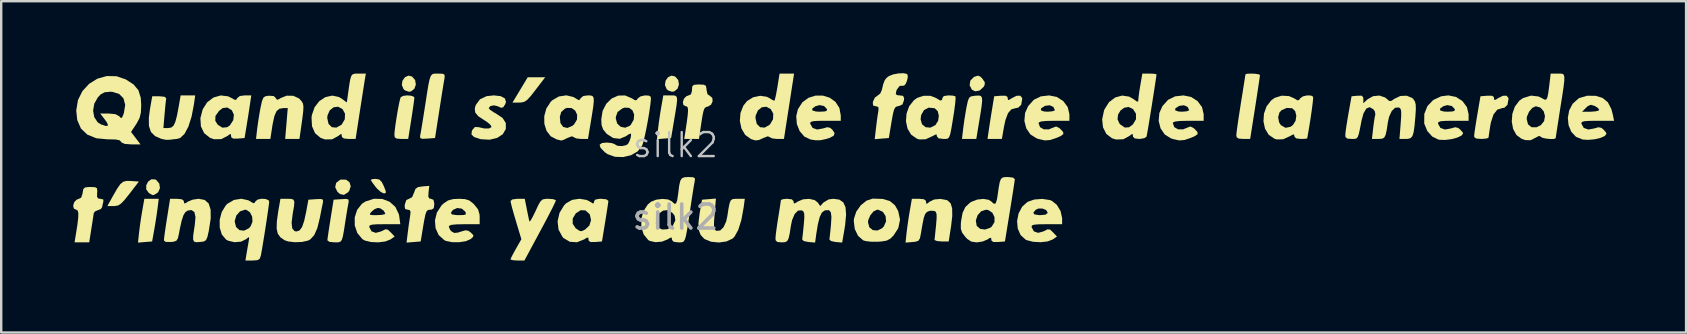
<source format=kicad_pcb>
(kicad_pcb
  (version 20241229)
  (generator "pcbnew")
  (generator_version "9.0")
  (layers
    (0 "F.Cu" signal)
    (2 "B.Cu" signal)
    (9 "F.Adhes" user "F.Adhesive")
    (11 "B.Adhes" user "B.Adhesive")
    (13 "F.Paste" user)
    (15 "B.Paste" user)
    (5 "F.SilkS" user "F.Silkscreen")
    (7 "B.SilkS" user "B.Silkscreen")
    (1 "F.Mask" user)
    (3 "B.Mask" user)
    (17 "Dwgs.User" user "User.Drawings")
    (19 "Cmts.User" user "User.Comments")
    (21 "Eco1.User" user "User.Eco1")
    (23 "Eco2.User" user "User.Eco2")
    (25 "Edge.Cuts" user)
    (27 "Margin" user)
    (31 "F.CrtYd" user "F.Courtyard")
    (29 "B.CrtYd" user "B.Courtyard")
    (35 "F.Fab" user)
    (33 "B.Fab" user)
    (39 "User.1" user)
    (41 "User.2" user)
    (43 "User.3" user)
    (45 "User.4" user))
  (footprint "silk2"
    (layer "F.Cu")
    (at 25.089 3.495)
    (property "Reference" "silk2" (at 0 -0.5 0) (unlocked yes) (layer "Dwgs.User") (effects (font (size 1 1) (thickness 0.1))))
    (fp_poly (pts (xy -5.827 -2.801) (xy -6.027 -2.545) (xy -6.171 -2.388) (xy -6.289 -2.307) (xy -6.414 -2.276) (xy -6.509 -2.272) (xy -6.79 -2.269) (xy -6.472 -2.798) (xy -6.153 -3.327) (xy -5.789 -3.327) (xy -5.425 -3.327)) (stroke (width 0) (type solid)) (fill yes) (layer "F.SilkS"))
    (fp_poly (pts (xy -13.721 0.94) (xy -13.578 1.048) (xy -13.527 1.217) (xy -13.59 1.406) (xy -13.642 1.467) (xy -13.812 1.575) (xy -13.977 1.537) (xy -14.085 1.441) (xy -14.175 1.252) (xy -14.133 1.072) (xy -13.975 0.949) (xy -13.933 0.935)) (stroke (width 0) (type solid)) (fill yes) (layer "F.SilkS"))
    (fp_poly (pts (xy -10.972 -3.357) (xy -10.844 -3.209) (xy -10.815 -3.023) (xy -10.874 -2.849) (xy -11.011 -2.739) (xy -11.104 -2.723) (xy -11.264 -2.777) (xy -11.327 -2.832) (xy -11.399 -3.005) (xy -11.372 -3.183) (xy -11.271 -3.326) (xy -11.124 -3.395)) (stroke (width 0) (type solid)) (fill yes) (layer "F.SilkS"))
    (fp_poly (pts (xy -0.01 -3.357) (xy 0.117 -3.209) (xy 0.146 -3.023) (xy 0.087 -2.849) (xy -0.049 -2.739) (xy -0.143 -2.723) (xy -0.303 -2.777) (xy -0.366 -2.832) (xy -0.438 -3.005) (xy -0.41 -3.183) (xy -0.31 -3.326) (xy -0.163 -3.395)) (stroke (width 0) (type solid)) (fill yes) (layer "F.SilkS"))
    (fp_poly (pts (xy 12.717 -3.344) (xy 12.795 -3.257) (xy 12.889 -3.115) (xy 12.882 -3.002) (xy 12.834 -2.92) (xy 12.674 -2.774) (xy 12.49 -2.74) (xy 12.349 -2.81) (xy 12.256 -2.993) (xy 12.287 -3.187) (xy 12.432 -3.335) (xy 12.453 -3.345) (xy 12.607 -3.394)) (stroke (width 0) (type solid)) (fill yes) (layer "F.SilkS"))
    (fp_poly (pts (xy -21.676 0.929) (xy -21.631 0.952) (xy -21.504 1.102) (xy -21.475 1.293) (xy -21.549 1.46) (xy -21.581 1.488) (xy -21.708 1.567) (xy -21.763 1.586) (xy -21.855 1.547) (xy -21.945 1.488) (xy -22.047 1.343) (xy -22.047 1.174) (xy -21.969 1.021) (xy -21.837 0.925)) (stroke (width 0) (type solid)) (fill yes) (layer "F.SilkS"))
    (fp_poly (pts (xy -21.575 2.134) (xy -21.617 2.435) (xy -21.673 2.79) (xy -21.713 3.023) (xy -21.801 3.514) (xy -22.095 3.538) (xy -22.39 3.562) (xy -22.347 3.16) (xy -22.31 2.861) (xy -22.258 2.504) (xy -22.215 2.248) (xy -22.125 1.737) (xy -21.825 1.737) (xy -21.525 1.737)) (stroke (width 0) (type solid)) (fill yes) (layer "F.SilkS"))
    (fp_poly (pts (xy -22.677 0.995) (xy -22.674 0.996) (xy -22.353 1.019) (xy -22.747 1.53) (xy -22.948 1.782) (xy -23.094 1.934) (xy -23.214 2.012) (xy -23.342 2.038) (xy -23.404 2.04) (xy -23.667 2.04) (xy -23.425 1.605) (xy -23.255 1.309) (xy -23.124 1.124) (xy -23.004 1.026) (xy -22.864 0.991)) (stroke (width 0) (type solid)) (fill yes) (layer "F.SilkS"))
    (fp_poly (pts (xy -12.336 0.934) (xy -12.231 1.041) (xy -12.149 1.209) (xy -12.075 1.397) (xy -12.063 1.484) (xy -12.113 1.51) (xy -12.149 1.511) (xy -12.271 1.455) (xy -12.427 1.316) (xy -12.484 1.25) (xy -12.61 1.083) (xy -12.684 0.969) (xy -12.691 0.948) (xy -12.626 0.918) (xy -12.484 0.907)) (stroke (width 0) (type solid)) (fill yes) (layer "F.SilkS"))
    (fp_poly (pts (xy -0.079 -2.571) (xy 0.009 -2.553) (xy 0.057 -2.496) (xy 0.069 -2.375) (xy 0.048 -2.167) (xy -0.003 -1.849) (xy -0.053 -1.551) (xy -0.18 -0.795) (xy -0.475 -0.771) (xy -0.77 -0.747) (xy -0.727 -1.149) (xy -0.69 -1.448) (xy -0.637 -1.805) (xy -0.595 -2.061) (xy -0.505 -2.571) (xy -0.21 -2.571)) (stroke (width 0) (type solid)) (fill yes) (layer "F.SilkS"))
    (fp_poly (pts (xy 12.72 -2.548) (xy 12.767 -2.484) (xy 12.779 -2.351) (xy 12.757 -2.126) (xy 12.705 -1.789) (xy 12.659 -1.51) (xy 12.534 -0.757) (xy 12.236 -0.757) (xy 11.938 -0.757) (xy 11.989 -1.195) (xy 12.035 -1.534) (xy 12.096 -1.907) (xy 12.128 -2.083) (xy 12.181 -2.332) (xy 12.234 -2.469) (xy 12.316 -2.53) (xy 12.455 -2.553) (xy 12.501 -2.557) (xy 12.632 -2.565)) (stroke (width 0) (type solid)) (fill yes) (layer "F.SilkS"))
    (fp_poly (pts (xy -11.008 -2.557) (xy -10.893 -2.511) (xy -10.876 -2.477) (xy -10.887 -2.367) (xy -10.918 -2.143) (xy -10.963 -1.84) (xy -11.004 -1.57) (xy -11.133 -0.757) (xy -11.421 -0.757) (xy -11.611 -0.77) (xy -11.693 -0.824) (xy -11.708 -0.927) (xy -11.696 -1.096) (xy -11.663 -1.352) (xy -11.617 -1.654) (xy -11.565 -1.962) (xy -11.513 -2.232) (xy -11.469 -2.425) (xy -11.446 -2.493) (xy -11.345 -2.55) (xy -11.179 -2.571)) (stroke (width 0) (type solid)) (fill yes) (layer "F.SilkS"))
    (fp_poly (pts (xy -13.622 1.769) (xy -13.612 1.856) (xy -13.628 1.941) (xy -13.661 2.124) (xy -13.707 2.397) (xy -13.752 2.682) (xy -13.809 3.053) (xy -13.854 3.301) (xy -13.899 3.449) (xy -13.958 3.524) (xy -14.044 3.55) (xy -14.169 3.552) (xy -14.205 3.552) (xy -14.418 3.53) (xy -14.5 3.467) (xy -14.5 3.457) (xy -14.486 3.347) (xy -14.454 3.123) (xy -14.407 2.821) (xy -14.368 2.569) (xy -14.241 1.775) (xy -13.913 1.752) (xy -13.71 1.742)) (stroke (width 0) (type solid)) (fill yes) (layer "F.SilkS"))
    (fp_poly (pts (xy 24.146 -3.472) (xy 24.296 -3.451) (xy 24.352 -3.422) (xy 24.342 -3.332) (xy 24.311 -3.118) (xy 24.264 -2.806) (xy 24.205 -2.42) (xy 24.149 -2.061) (xy 23.944 -0.757) (xy 23.656 -0.757) (xy 23.464 -0.771) (xy 23.382 -0.827) (xy 23.367 -0.912) (xy 23.379 -1.038) (xy 23.411 -1.284) (xy 23.46 -1.619) (xy 23.521 -2.013) (xy 23.556 -2.239) (xy 23.621 -2.641) (xy 23.676 -2.988) (xy 23.718 -3.254) (xy 23.741 -3.412) (xy 23.745 -3.444) (xy 23.81 -3.471) (xy 23.964 -3.479)) (stroke (width 0) (type solid)) (fill yes) (layer "F.SilkS"))
    (fp_poly (pts (xy 13.833 -2.508) (xy 13.842 -2.458) (xy 13.856 -2.379) (xy 13.922 -2.395) (xy 14.01 -2.454) (xy 14.214 -2.555) (xy 14.369 -2.557) (xy 14.444 -2.461) (xy 14.447 -2.426) (xy 14.405 -2.179) (xy 14.277 -2.057) (xy 14.186 -2.042) (xy 13.999 -1.992) (xy 13.856 -1.831) (xy 13.748 -1.544) (xy 13.689 -1.267) (xy 13.6 -0.757) (xy 13.301 -0.757) (xy 13.002 -0.757) (xy 13.054 -1.116) (xy 13.094 -1.385) (xy 13.147 -1.723) (xy 13.193 -2.004) (xy 13.279 -2.534) (xy 13.561 -2.557) (xy 13.753 -2.558)) (stroke (width 0) (type solid)) (fill yes) (layer "F.SilkS"))
    (fp_poly (pts (xy -9.886 -3.479) (xy -9.694 -3.472) (xy -9.617 -3.429) (xy -9.616 -3.313) (xy -9.63 -3.233) (xy -9.658 -3.07) (xy -9.703 -2.793) (xy -9.76 -2.435) (xy -9.823 -2.032) (xy -9.845 -1.891) (xy -10.015 -0.795) (xy -10.34 -0.771) (xy -10.541 -0.762) (xy -10.628 -0.789) (xy -10.637 -0.878) (xy -10.621 -0.96) (xy -10.594 -1.113) (xy -10.55 -1.38) (xy -10.494 -1.726) (xy -10.433 -2.116) (xy -10.421 -2.193) (xy -10.349 -2.659) (xy -10.294 -2.997) (xy -10.246 -3.226) (xy -10.198 -3.369) (xy -10.141 -3.445) (xy -10.066 -3.475) (xy -9.964 -3.479)) (stroke (width 0) (type solid)) (fill yes) (layer "F.SilkS"))
    (fp_poly (pts (xy 34.093 -2.509) (xy 34.102 -2.458) (xy 34.115 -2.379) (xy 34.182 -2.395) (xy 34.27 -2.454) (xy 34.473 -2.555) (xy 34.628 -2.557) (xy 34.704 -2.461) (xy 34.707 -2.426) (xy 34.664 -2.179) (xy 34.537 -2.057) (xy 34.446 -2.042) (xy 34.238 -1.976) (xy 34.081 -1.775) (xy 33.971 -1.436) (xy 33.949 -1.316) (xy 33.91 -1.069) (xy 33.883 -0.884) (xy 33.876 -0.814) (xy 33.808 -0.778) (xy 33.64 -0.759) (xy 33.573 -0.757) (xy 33.373 -0.771) (xy 33.286 -0.824) (xy 33.275 -0.889) (xy 33.289 -1.018) (xy 33.324 -1.256) (xy 33.373 -1.564) (xy 33.409 -1.778) (xy 33.538 -2.534) (xy 33.82 -2.557) (xy 34.012 -2.558)) (stroke (width 0) (type solid)) (fill yes) (layer "F.SilkS"))
    (fp_poly (pts (xy -20.057 -2.212) (xy -20.157 -1.688) (xy -20.291 -1.269) (xy -20.453 -0.966) (xy -20.637 -0.793) (xy -20.776 -0.756) (xy -20.95 -0.74) (xy -21.045 -0.723) (xy -21.228 -0.721) (xy -21.412 -0.758) (xy -21.68 -0.876) (xy -21.852 -1.049) (xy -21.935 -1.299) (xy -21.938 -1.646) (xy -21.89 -2.004) (xy -21.797 -2.534) (xy -21.497 -2.534) (xy -21.287 -2.514) (xy -21.215 -2.454) (xy -21.216 -2.435) (xy -21.232 -2.315) (xy -21.255 -2.091) (xy -21.281 -1.808) (xy -21.284 -1.774) (xy -21.332 -1.211) (xy -21.13 -1.211) (xy -21.004 -1.231) (xy -20.91 -1.309) (xy -20.834 -1.468) (xy -20.765 -1.731) (xy -20.699 -2.078) (xy -20.613 -2.571) (xy -20.31 -2.571) (xy -20.007 -2.571)) (stroke (width 0) (type solid)) (fill yes) (layer "F.SilkS"))
    (fp_poly (pts (xy 1.632 2.374) (xy 1.609 2.691) (xy 1.606 2.889) (xy 1.628 3) (xy 1.677 3.055) (xy 1.712 3.072) (xy 1.864 3.059) (xy 2.004 2.92) (xy 2.114 2.681) (xy 2.16 2.474) (xy 2.212 2.138) (xy 2.255 1.924) (xy 2.305 1.804) (xy 2.379 1.751) (xy 2.492 1.738) (xy 2.589 1.737) (xy 2.89 1.737) (xy 2.842 2.097) (xy 2.747 2.619) (xy 2.619 3.028) (xy 2.464 3.309) (xy 2.379 3.396) (xy 2.126 3.514) (xy 1.806 3.558) (xy 1.483 3.525) (xy 1.22 3.417) (xy 1.196 3.4) (xy 1.049 3.241) (xy 0.971 3.033) (xy 0.959 2.747) (xy 1.007 2.354) (xy 1.015 2.304) (xy 1.107 1.775) (xy 1.397 1.751) (xy 1.686 1.727)) (stroke (width 0) (type solid)) (fill yes) (layer "F.SilkS"))
    (fp_poly (pts (xy -10.286 1.468) (xy -10.294 1.651) (xy -10.248 1.727) (xy -10.182 1.737) (xy -10.08 1.781) (xy -10.046 1.934) (xy -10.046 1.964) (xy -10.067 2.127) (xy -10.154 2.187) (xy -10.22 2.191) (xy -10.306 2.203) (xy -10.366 2.258) (xy -10.414 2.384) (xy -10.462 2.611) (xy -10.504 2.853) (xy -10.613 3.514) (xy -10.907 3.538) (xy -11.202 3.562) (xy -11.153 3.16) (xy -11.114 2.864) (xy -11.073 2.578) (xy -11.056 2.475) (xy -11.035 2.289) (xy -11.066 2.208) (xy -11.157 2.191) (xy -11.258 2.164) (xy -11.281 2.055) (xy -11.271 1.964) (xy -11.21 1.788) (xy -11.098 1.737) (xy -10.97 1.67) (xy -10.894 1.492) (xy -10.832 1.327) (xy -10.725 1.25) (xy -10.543 1.222) (xy -10.255 1.198)) (stroke (width 0) (type solid)) (fill yes) (layer "F.SilkS"))
    (fp_poly (pts (xy -15.92 -2.554) (xy -15.686 -2.446) (xy -15.643 -2.406) (xy -15.564 -2.315) (xy -15.516 -2.224) (xy -15.498 -2.103) (xy -15.506 -1.917) (xy -15.54 -1.636) (xy -15.575 -1.381) (xy -15.663 -0.757) (xy -15.96 -0.757) (xy -16.258 -0.757) (xy -16.204 -1.4) (xy -16.151 -2.042) (xy -16.34 -2.042) (xy -16.503 -2.013) (xy -16.621 -1.91) (xy -16.708 -1.709) (xy -16.778 -1.387) (xy -16.794 -1.29) (xy -16.876 -0.757) (xy -17.175 -0.757) (xy -17.473 -0.757) (xy -17.423 -1.192) (xy -17.376 -1.528) (xy -17.315 -1.899) (xy -17.281 -2.08) (xy -17.225 -2.331) (xy -17.17 -2.469) (xy -17.09 -2.532) (xy -16.958 -2.556) (xy -16.943 -2.557) (xy -16.737 -2.544) (xy -16.652 -2.464) (xy -16.603 -2.388) (xy -16.518 -2.412) (xy -16.447 -2.459) (xy -16.194 -2.559)) (stroke (width 0) (type solid)) (fill yes) (layer "F.SilkS"))
    (fp_poly (pts (xy -6.191 2.172) (xy -6.141 2.42) (xy -6.101 2.609) (xy -6.083 2.682) (xy -6.044 2.657) (xy -5.962 2.52) (xy -5.852 2.3) (xy -5.828 2.248) (xy -5.706 1.987) (xy -5.615 1.835) (xy -5.525 1.762) (xy -5.405 1.739) (xy -5.288 1.737) (xy -5.097 1.752) (xy -4.989 1.79) (xy -4.981 1.806) (xy -5.015 1.892) (xy -5.11 2.088) (xy -5.255 2.372) (xy -5.438 2.721) (xy -5.636 3.091) (xy -6.291 4.308) (xy -6.581 4.308) (xy -6.766 4.297) (xy -6.865 4.269) (xy -6.871 4.26) (xy -6.836 4.174) (xy -6.746 3.999) (xy -6.644 3.817) (xy -6.418 3.422) (xy -6.643 2.674) (xy -6.738 2.352) (xy -6.813 2.08) (xy -6.859 1.893) (xy -6.87 1.832) (xy -6.8 1.765) (xy -6.603 1.738) (xy -6.574 1.737) (xy -6.277 1.737)) (stroke (width 0) (type solid)) (fill yes) (layer "F.SilkS"))
    (fp_poly (pts (xy 1.185 -3.016) (xy 1.272 -2.967) (xy 1.293 -2.849) (xy 1.294 -2.807) (xy 1.336 -2.621) (xy 1.436 -2.552) (xy 1.537 -2.466) (xy 1.549 -2.324) (xy 1.485 -2.185) (xy 1.355 -2.105) (xy 1.344 -2.103) (xy 1.273 -2.086) (xy 1.219 -2.042) (xy 1.176 -1.946) (xy 1.136 -1.773) (xy 1.09 -1.5) (xy 1.034 -1.116) (xy 0.982 -0.757) (xy 0.675 -0.757) (xy 0.367 -0.757) (xy 0.411 -1.041) (xy 0.475 -1.464) (xy 0.513 -1.761) (xy 0.526 -1.952) (xy 0.514 -2.061) (xy 0.477 -2.109) (xy 0.429 -2.118) (xy 0.331 -2.171) (xy 0.31 -2.293) (xy 0.355 -2.433) (xy 0.456 -2.537) (xy 0.519 -2.558) (xy 0.645 -2.613) (xy 0.688 -2.757) (xy 0.689 -2.803) (xy 0.701 -2.946) (xy 0.767 -3.009) (xy 0.931 -3.025) (xy 0.991 -3.025)) (stroke (width 0) (type solid)) (fill yes) (layer "F.SilkS"))
    (fp_poly (pts (xy -16.001 1.742) (xy -15.91 1.776) (xy -15.876 1.869) (xy -15.89 2.05) (xy -15.943 2.349) (xy -15.946 2.369) (xy -15.991 2.733) (xy -15.965 2.969) (xy -15.866 3.084) (xy -15.788 3.098) (xy -15.661 3.056) (xy -15.557 2.918) (xy -15.468 2.665) (xy -15.384 2.28) (xy -15.384 2.28) (xy -15.291 1.775) (xy -14.972 1.752) (xy -14.773 1.744) (xy -14.688 1.772) (xy -14.68 1.857) (xy -14.689 1.903) (xy -14.724 2.072) (xy -14.774 2.325) (xy -14.814 2.531) (xy -14.919 2.959) (xy -15.05 3.253) (xy -15.214 3.43) (xy -15.308 3.479) (xy -15.557 3.534) (xy -15.855 3.546) (xy -16.13 3.515) (xy -16.282 3.464) (xy -16.458 3.342) (xy -16.567 3.189) (xy -16.614 2.977) (xy -16.606 2.679) (xy -16.548 2.266) (xy -16.539 2.216) (xy -16.456 1.737) (xy -16.161 1.737)) (stroke (width 0) (type solid)) (fill yes) (layer "F.SilkS"))
    (fp_poly (pts (xy 8.637 1.743) (xy 8.934 1.831) (xy 9.144 2.005) (xy 9.281 2.247) (xy 9.357 2.608) (xy 9.284 2.961) (xy 9.087 3.266) (xy 8.944 3.405) (xy 8.793 3.481) (xy 8.576 3.516) (xy 8.43 3.526) (xy 8.157 3.526) (xy 7.926 3.499) (xy 7.821 3.467) (xy 7.608 3.28) (xy 7.471 2.996) (xy 7.437 2.716) (xy 8.022 2.716) (xy 8.079 2.924) (xy 8.224 3.042) (xy 8.414 3.059) (xy 8.608 2.965) (xy 8.683 2.887) (xy 8.775 2.675) (xy 8.756 2.458) (xy 8.643 2.283) (xy 8.455 2.195) (xy 8.405 2.191) (xy 8.26 2.256) (xy 8.124 2.415) (xy 8.036 2.614) (xy 8.022 2.716) (xy 7.437 2.716) (xy 7.43 2.662) (xy 7.439 2.561) (xy 7.535 2.269) (xy 7.722 2.007) (xy 7.961 1.814) (xy 8.216 1.73) (xy 8.228 1.729)) (stroke (width 0) (type solid)) (fill yes) (layer "F.SilkS"))
    (fp_poly (pts (xy -24.178 1.253) (xy -24.097 1.299) (xy -24.086 1.418) (xy -24.093 1.492) (xy -24.095 1.662) (xy -24.037 1.729) (xy -23.953 1.737) (xy -23.834 1.767) (xy -23.834 1.857) (xy -23.875 2.024) (xy -23.88 2.079) (xy -23.944 2.168) (xy -24.049 2.205) (xy -24.188 2.268) (xy -24.234 2.342) (xy -24.253 2.47) (xy -24.288 2.699) (xy -24.332 2.982) (xy -24.336 3.004) (xy -24.422 3.552) (xy -24.728 3.552) (xy -25.033 3.552) (xy -24.986 3.268) (xy -24.917 2.835) (xy -24.88 2.53) (xy -24.875 2.334) (xy -24.902 2.227) (xy -24.96 2.192) (xy -24.97 2.191) (xy -25.068 2.138) (xy -25.089 2.015) (xy -25.045 1.875) (xy -24.946 1.772) (xy -24.886 1.752) (xy -24.758 1.691) (xy -24.702 1.529) (xy -24.697 1.487) (xy -24.669 1.332) (xy -24.597 1.264) (xy -24.432 1.246) (xy -24.371 1.246)) (stroke (width 0) (type solid)) (fill yes) (layer "F.SilkS"))
    (fp_poly (pts (xy -7.277 -2.538) (xy -7.105 -2.444) (xy -7.059 -2.3) (xy -7.09 -2.206) (xy -7.176 -2.074) (xy -7.266 -2.056) (xy -7.399 -2.118) (xy -7.559 -2.156) (xy -7.707 -2.127) (xy -7.777 -2.044) (xy -7.778 -2.036) (xy -7.716 -1.965) (xy -7.562 -1.862) (xy -7.478 -1.817) (xy -7.2 -1.629) (xy -7.066 -1.419) (xy -7.067 -1.172) (xy -7.067 -1.17) (xy -7.194 -0.952) (xy -7.429 -0.799) (xy -7.738 -0.725) (xy -8.087 -0.744) (xy -8.144 -0.756) (xy -8.388 -0.837) (xy -8.496 -0.94) (xy -8.483 -1.083) (xy -8.459 -1.134) (xy -8.352 -1.254) (xy -8.206 -1.248) (xy -7.963 -1.193) (xy -7.771 -1.192) (xy -7.671 -1.244) (xy -7.664 -1.27) (xy -7.725 -1.364) (xy -7.878 -1.485) (xy -7.96 -1.535) (xy -8.216 -1.704) (xy -8.343 -1.861) (xy -8.359 -2.035) (xy -8.315 -2.175) (xy -8.143 -2.409) (xy -7.862 -2.54) (xy -7.562 -2.571)) (stroke (width 0) (type solid)) (fill yes) (layer "F.SilkS"))
    (fp_poly (pts (xy -17.724 -2.212) (xy -17.764 -1.943) (xy -17.817 -1.606) (xy -17.863 -1.324) (xy -17.949 -0.795) (xy -18.231 -0.771) (xy -18.421 -0.77) (xy -18.501 -0.818) (xy -18.512 -0.878) (xy -18.525 -0.964) (xy -18.59 -0.938) (xy -18.645 -0.892) (xy -18.917 -0.749) (xy -19.221 -0.744) (xy -19.39 -0.803) (xy -19.634 -0.998) (xy -19.769 -1.28) (xy -19.784 -1.511) (xy -19.17 -1.511) (xy -19.068 -1.349) (xy -18.875 -1.226) (xy -18.673 -1.245) (xy -18.56 -1.325) (xy -18.42 -1.541) (xy -18.395 -1.764) (xy -18.48 -1.952) (xy -18.669 -2.066) (xy -18.669 -2.066) (xy -18.859 -2.043) (xy -19.012 -1.927) (xy -19.164 -1.713) (xy -19.17 -1.511) (xy -19.784 -1.511) (xy -19.791 -1.622) (xy -19.693 -1.994) (xy -19.505 -2.287) (xy -19.243 -2.483) (xy -18.943 -2.569) (xy -18.638 -2.533) (xy -18.481 -2.455) (xy -18.35 -2.381) (xy -18.287 -2.399) (xy -18.259 -2.455) (xy -18.147 -2.545) (xy -17.943 -2.571) (xy -17.671 -2.571)) (stroke (width 0) (type solid)) (fill yes) (layer "F.SilkS"))
    (fp_poly (pts (xy 6.142 -2.562) (xy 6.428 -2.474) (xy 6.667 -2.302) (xy 6.83 -2.05) (xy 6.888 -1.736) (xy 6.888 -1.513) (xy 6.24 -1.513) (xy 5.924 -1.51) (xy 5.732 -1.495) (xy 5.638 -1.465) (xy 5.613 -1.413) (xy 5.616 -1.389) (xy 5.714 -1.216) (xy 5.903 -1.149) (xy 6.147 -1.193) (xy 6.328 -1.246) (xy 6.446 -1.219) (xy 6.536 -1.143) (xy 6.631 -1.001) (xy 6.593 -0.889) (xy 6.413 -0.796) (xy 6.299 -0.76) (xy 6.053 -0.704) (xy 5.848 -0.7) (xy 5.627 -0.734) (xy 5.371 -0.855) (xy 5.176 -1.082) (xy 5.058 -1.378) (xy 5.033 -1.706) (xy 5.102 -1.993) (xy 5.118 -2.018) (xy 5.697 -2.018) (xy 5.707 -1.943) (xy 5.857 -1.899) (xy 6.016 -1.891) (xy 6.226 -1.902) (xy 6.313 -1.94) (xy 6.311 -2.002) (xy 6.192 -2.128) (xy 6.002 -2.166) (xy 5.832 -2.119) (xy 5.697 -2.018) (xy 5.118 -2.018) (xy 5.288 -2.282) (xy 5.542 -2.47) (xy 5.837 -2.562)) (stroke (width 0) (type solid)) (fill yes) (layer "F.SilkS"))
    (fp_poly (pts (xy 10.347 1.754) (xy 10.432 1.814) (xy 10.441 1.863) (xy 10.451 1.946) (xy 10.51 1.923) (xy 10.579 1.863) (xy 10.776 1.767) (xy 11.038 1.741) (xy 11.289 1.787) (xy 11.347 1.812) (xy 11.468 1.932) (xy 11.529 2.141) (xy 11.533 2.457) (xy 11.482 2.896) (xy 11.479 2.909) (xy 11.385 3.514) (xy 11.083 3.514) (xy 10.897 3.497) (xy 10.799 3.456) (xy 10.793 3.438) (xy 10.807 3.33) (xy 10.829 3.116) (xy 10.857 2.842) (xy 10.859 2.826) (xy 10.882 2.541) (xy 10.879 2.371) (xy 10.846 2.281) (xy 10.784 2.241) (xy 10.616 2.234) (xy 10.514 2.268) (xy 10.445 2.316) (xy 10.393 2.395) (xy 10.347 2.533) (xy 10.299 2.759) (xy 10.24 3.101) (xy 10.228 3.174) (xy 10.186 3.383) (xy 10.122 3.486) (xy 9.995 3.527) (xy 9.88 3.538) (xy 9.587 3.562) (xy 9.629 3.16) (xy 9.667 2.861) (xy 9.719 2.504) (xy 9.762 2.248) (xy 9.851 1.737) (xy 10.146 1.737)) (stroke (width 0) (type solid)) (fill yes) (layer "F.SilkS"))
    (fp_poly (pts (xy 15.888 -2.506) (xy 16.158 -2.333) (xy 16.344 -2.082) (xy 16.413 -1.785) (xy 16.413 -1.513) (xy 15.77 -1.513) (xy 15.436 -1.506) (xy 15.232 -1.484) (xy 15.139 -1.444) (xy 15.128 -1.415) (xy 15.189 -1.248) (xy 15.346 -1.157) (xy 15.554 -1.155) (xy 15.729 -1.226) (xy 15.861 -1.275) (xy 15.987 -1.214) (xy 16.031 -1.177) (xy 16.152 -1.048) (xy 16.161 -0.957) (xy 16.045 -0.874) (xy 15.882 -0.803) (xy 15.612 -0.712) (xy 15.393 -0.695) (xy 15.145 -0.75) (xy 15.052 -0.78) (xy 14.791 -0.942) (xy 14.617 -1.197) (xy 14.538 -1.507) (xy 14.566 -1.835) (xy 14.617 -1.951) (xy 15.224 -1.951) (xy 15.352 -1.901) (xy 15.506 -1.891) (xy 15.695 -1.906) (xy 15.8 -1.943) (xy 15.808 -1.957) (xy 15.745 -2.091) (xy 15.592 -2.159) (xy 15.406 -2.137) (xy 15.39 -2.131) (xy 15.234 -2.031) (xy 15.224 -1.951) (xy 14.617 -1.951) (xy 14.695 -2.124) (xy 14.932 -2.388) (xy 15.223 -2.53) (xy 15.57 -2.57)) (stroke (width 0) (type solid)) (fill yes) (layer "F.SilkS"))
    (fp_poly (pts (xy 21.482 -2.506) (xy 21.752 -2.333) (xy 21.938 -2.082) (xy 22.007 -1.785) (xy 22.007 -1.513) (xy 21.364 -1.513) (xy 21.03 -1.506) (xy 20.826 -1.484) (xy 20.733 -1.444) (xy 20.722 -1.415) (xy 20.783 -1.248) (xy 20.94 -1.157) (xy 21.148 -1.155) (xy 21.323 -1.226) (xy 21.455 -1.275) (xy 21.581 -1.214) (xy 21.625 -1.177) (xy 21.746 -1.048) (xy 21.755 -0.957) (xy 21.639 -0.874) (xy 21.476 -0.803) (xy 21.206 -0.712) (xy 20.987 -0.695) (xy 20.739 -0.75) (xy 20.646 -0.78) (xy 20.385 -0.942) (xy 20.211 -1.197) (xy 20.132 -1.507) (xy 20.16 -1.835) (xy 20.211 -1.951) (xy 20.818 -1.951) (xy 20.946 -1.901) (xy 21.1 -1.891) (xy 21.289 -1.906) (xy 21.394 -1.943) (xy 21.402 -1.957) (xy 21.339 -2.091) (xy 21.186 -2.159) (xy 21 -2.137) (xy 20.984 -2.131) (xy 20.828 -2.031) (xy 20.818 -1.951) (xy 20.211 -1.951) (xy 20.289 -2.124) (xy 20.526 -2.388) (xy 20.817 -2.53) (xy 21.164 -2.57)) (stroke (width 0) (type solid)) (fill yes) (layer "F.SilkS"))
    (fp_poly (pts (xy 32.519 -2.506) (xy 32.789 -2.333) (xy 32.975 -2.081) (xy 33.044 -1.785) (xy 33.044 -1.513) (xy 32.396 -1.513) (xy 32.08 -1.51) (xy 31.888 -1.495) (xy 31.794 -1.465) (xy 31.769 -1.413) (xy 31.772 -1.389) (xy 31.87 -1.216) (xy 32.059 -1.149) (xy 32.3 -1.192) (xy 32.484 -1.244) (xy 32.607 -1.216) (xy 32.68 -1.16) (xy 32.785 -1.048) (xy 32.817 -0.99) (xy 32.748 -0.896) (xy 32.572 -0.812) (xy 32.33 -0.748) (xy 32.067 -0.715) (xy 31.824 -0.723) (xy 31.784 -0.731) (xy 31.529 -0.856) (xy 31.323 -1.088) (xy 31.201 -1.384) (xy 31.195 -1.416) (xy 31.198 -1.798) (xy 31.286 -2.018) (xy 31.853 -2.018) (xy 31.863 -1.943) (xy 32.013 -1.899) (xy 32.172 -1.891) (xy 32.382 -1.902) (xy 32.469 -1.94) (xy 32.467 -2.002) (xy 32.348 -2.128) (xy 32.158 -2.166) (xy 31.988 -2.119) (xy 31.853 -2.018) (xy 31.286 -2.018) (xy 31.33 -2.126) (xy 31.57 -2.379) (xy 31.901 -2.533) (xy 32.201 -2.571)) (stroke (width 0) (type solid)) (fill yes) (layer "F.SilkS"))
    (fp_poly (pts (xy 38.339 -2.553) (xy 38.625 -2.465) (xy 38.844 -2.285) (xy 38.992 -2.001) (xy 39.055 -1.759) (xy 39.103 -1.513) (xy 38.411 -1.513) (xy 38.083 -1.51) (xy 37.88 -1.497) (xy 37.775 -1.47) (xy 37.742 -1.422) (xy 37.744 -1.389) (xy 37.842 -1.216) (xy 38.031 -1.149) (xy 38.272 -1.192) (xy 38.456 -1.244) (xy 38.579 -1.216) (xy 38.652 -1.16) (xy 38.758 -1.042) (xy 38.789 -0.975) (xy 38.72 -0.881) (xy 38.542 -0.801) (xy 38.297 -0.743) (xy 38.026 -0.718) (xy 37.793 -0.733) (xy 37.519 -0.844) (xy 37.323 -1.053) (xy 37.209 -1.328) (xy 37.178 -1.636) (xy 37.225 -1.891) (xy 37.773 -1.891) (xy 38.13 -1.891) (xy 38.338 -1.906) (xy 38.467 -1.943) (xy 38.487 -1.968) (xy 38.425 -2.053) (xy 38.294 -2.133) (xy 38.139 -2.179) (xy 38.014 -2.127) (xy 37.937 -2.056) (xy 37.773 -1.891) (xy 37.225 -1.891) (xy 37.234 -1.945) (xy 37.379 -2.222) (xy 37.615 -2.435) (xy 37.662 -2.462) (xy 37.984 -2.557)) (stroke (width 0) (type solid)) (fill yes) (layer "F.SilkS"))
    (fp_poly (pts (xy -20.564 1.757) (xy -20.482 1.822) (xy -20.478 1.855) (xy -20.464 1.931) (xy -20.396 1.913) (xy -20.31 1.855) (xy -20.119 1.775) (xy -19.881 1.738) (xy -19.86 1.737) (xy -19.611 1.785) (xy -19.446 1.933) (xy -19.364 2.189) (xy -19.361 2.56) (xy -19.437 3.054) (xy -19.446 3.098) (xy -19.5 3.335) (xy -19.558 3.461) (xy -19.651 3.516) (xy -19.812 3.537) (xy -19.816 3.537) (xy -19.966 3.545) (xy -20.055 3.518) (xy -20.094 3.432) (xy -20.089 3.259) (xy -20.047 2.973) (xy -20.025 2.835) (xy -19.995 2.499) (xy -20.04 2.291) (xy -20.16 2.206) (xy -20.316 2.226) (xy -20.416 2.29) (xy -20.499 2.427) (xy -20.574 2.66) (xy -20.651 3.013) (xy -20.681 3.174) (xy -20.727 3.383) (xy -20.793 3.486) (xy -20.92 3.527) (xy -21.026 3.537) (xy -21.233 3.533) (xy -21.309 3.473) (xy -21.31 3.462) (xy -21.299 3.35) (xy -21.269 3.124) (xy -21.224 2.82) (xy -21.182 2.55) (xy -21.053 1.737) (xy -20.765 1.737)) (stroke (width 0) (type solid)) (fill yes) (layer "F.SilkS"))
    (fp_poly (pts (xy 9.645 -3.465) (xy 9.659 -3.454) (xy 9.682 -3.352) (xy 9.654 -3.198) (xy 9.594 -3.052) (xy 9.523 -2.975) (xy 9.501 -2.975) (xy 9.346 -2.967) (xy 9.227 -2.818) (xy 9.198 -2.742) (xy 9.181 -2.617) (xy 9.262 -2.575) (xy 9.344 -2.571) (xy 9.486 -2.55) (xy 9.526 -2.456) (xy 9.52 -2.364) (xy 9.458 -2.194) (xy 9.321 -2.131) (xy 9.222 -2.111) (xy 9.154 -2.064) (xy 9.103 -1.963) (xy 9.058 -1.779) (xy 9.005 -1.483) (xy 8.985 -1.362) (xy 8.891 -0.795) (xy 8.597 -0.771) (xy 8.303 -0.747) (xy 8.357 -1.224) (xy 8.393 -1.514) (xy 8.429 -1.773) (xy 8.453 -1.91) (xy 8.464 -2.061) (xy 8.397 -2.114) (xy 8.344 -2.118) (xy 8.238 -2.146) (xy 8.223 -2.26) (xy 8.232 -2.317) (xy 8.308 -2.479) (xy 8.411 -2.553) (xy 8.532 -2.648) (xy 8.596 -2.788) (xy 8.66 -3.049) (xy 8.722 -3.207) (xy 8.804 -3.308) (xy 8.895 -3.375) (xy 9.065 -3.444) (xy 9.288 -3.486) (xy 9.501 -3.495)) (stroke (width 0) (type solid)) (fill yes) (layer "F.SilkS"))
    (fp_poly (pts (xy -12.215 1.743) (xy -11.907 1.861) (xy -11.667 2.076) (xy -11.524 2.377) (xy -11.505 2.475) (xy -11.462 2.796) (xy -12.12 2.796) (xy -12.439 2.799) (xy -12.633 2.813) (xy -12.73 2.843) (xy -12.757 2.894) (xy -12.754 2.92) (xy -12.658 3.094) (xy -12.483 3.156) (xy -12.261 3.096) (xy -12.243 3.086) (xy -12.086 3.009) (xy -11.985 3.02) (xy -11.865 3.131) (xy -11.861 3.135) (xy -11.698 3.309) (xy -11.871 3.43) (xy -12.086 3.515) (xy -12.377 3.551) (xy -12.681 3.538) (xy -12.938 3.476) (xy -13.042 3.418) (xy -13.255 3.16) (xy -13.36 2.845) (xy -13.361 2.512) (xy -13.312 2.358) (xy -12.729 2.358) (xy -12.719 2.403) (xy -12.599 2.417) (xy -12.439 2.418) (xy -12.232 2.406) (xy -12.105 2.377) (xy -12.087 2.357) (xy -12.149 2.235) (xy -12.29 2.139) (xy -12.392 2.115) (xy -12.534 2.168) (xy -12.654 2.267) (xy -12.729 2.358) (xy -13.312 2.358) (xy -13.261 2.2) (xy -13.063 1.947) (xy -12.921 1.852) (xy -12.563 1.736)) (stroke (width 0) (type solid)) (fill yes) (layer "F.SilkS"))
    (fp_poly (pts (xy 15.597 1.789) (xy 15.679 1.82) (xy 15.89 1.989) (xy 16.046 2.25) (xy 16.11 2.543) (xy 16.11 2.562) (xy 16.11 2.796) (xy 15.462 2.796) (xy 15.147 2.799) (xy 14.955 2.814) (xy 14.86 2.844) (xy 14.836 2.896) (xy 14.839 2.92) (xy 14.934 3.094) (xy 15.109 3.156) (xy 15.331 3.096) (xy 15.349 3.086) (xy 15.506 3.009) (xy 15.608 3.02) (xy 15.727 3.131) (xy 15.731 3.135) (xy 15.895 3.309) (xy 15.721 3.43) (xy 15.506 3.513) (xy 15.212 3.546) (xy 14.901 3.528) (xy 14.635 3.46) (xy 14.588 3.437) (xy 14.378 3.245) (xy 14.26 2.973) (xy 14.234 2.661) (xy 14.296 2.345) (xy 14.315 2.311) (xy 14.911 2.311) (xy 14.95 2.385) (xy 15.132 2.416) (xy 15.203 2.418) (xy 15.414 2.399) (xy 15.501 2.336) (xy 15.506 2.306) (xy 15.442 2.203) (xy 15.293 2.144) (xy 15.121 2.144) (xy 15.013 2.192) (xy 14.911 2.311) (xy 14.315 2.311) (xy 14.446 2.065) (xy 14.668 1.866) (xy 14.947 1.768) (xy 15.283 1.741)) (stroke (width 0) (type solid)) (fill yes) (layer "F.SilkS"))
    (fp_poly (pts (xy -4.249 -2.503) (xy -4.165 -2.453) (xy -4.039 -2.377) (xy -3.979 -2.396) (xy -3.952 -2.453) (xy -3.839 -2.545) (xy -3.65 -2.571) (xy -3.53 -2.567) (xy -3.45 -2.54) (xy -3.408 -2.467) (xy -3.401 -2.326) (xy -3.425 -2.092) (xy -3.479 -1.744) (xy -3.518 -1.51) (xy -3.643 -0.757) (xy -3.928 -0.757) (xy -4.118 -0.776) (xy -4.23 -0.824) (xy -4.239 -0.837) (xy -4.319 -0.866) (xy -4.491 -0.8) (xy -4.654 -0.722) (xy -4.75 -0.691) (xy -4.754 -0.691) (xy -4.85 -0.714) (xy -4.943 -0.736) (xy -5.196 -0.867) (xy -5.37 -1.095) (xy -5.461 -1.387) (xy -5.465 -1.677) (xy -4.816 -1.677) (xy -4.791 -1.417) (xy -4.677 -1.257) (xy -4.503 -1.213) (xy -4.297 -1.3) (xy -4.22 -1.367) (xy -4.102 -1.562) (xy -4.094 -1.764) (xy -4.175 -1.936) (xy -4.325 -2.043) (xy -4.521 -2.05) (xy -4.603 -2.019) (xy -4.76 -1.877) (xy -4.816 -1.677) (xy -5.465 -1.677) (xy -5.465 -1.708) (xy -5.378 -2.025) (xy -5.196 -2.304) (xy -5.135 -2.364) (xy -4.858 -2.525) (xy -4.545 -2.573)) (stroke (width 0) (type solid)) (fill yes) (layer "F.SilkS"))
    (fp_poly (pts (xy -3.696 1.786) (xy -3.561 1.855) (xy -3.44 1.931) (xy -3.398 1.913) (xy -3.393 1.855) (xy -3.348 1.774) (xy -3.194 1.74) (xy -3.091 1.737) (xy -2.877 1.759) (xy -2.794 1.822) (xy -2.794 1.832) (xy -2.808 1.942) (xy -2.842 2.166) (xy -2.889 2.468) (xy -2.93 2.72) (xy -3.06 3.514) (xy -3.34 3.537) (xy -3.53 3.539) (xy -3.61 3.49) (xy -3.62 3.434) (xy -3.632 3.353) (xy -3.695 3.361) (xy -3.806 3.43) (xy -4.104 3.548) (xy -4.399 3.528) (xy -4.657 3.375) (xy -4.709 3.319) (xy -4.871 3.018) (xy -4.898 2.775) (xy -4.281 2.775) (xy -4.159 2.96) (xy -4.132 2.981) (xy -3.996 3.071) (xy -3.91 3.087) (xy -3.797 3.036) (xy -3.763 3.018) (xy -3.585 2.85) (xy -3.515 2.624) (xy -3.567 2.395) (xy -3.582 2.37) (xy -3.75 2.22) (xy -3.948 2.212) (xy -4.149 2.342) (xy -4.278 2.554) (xy -4.281 2.775) (xy -4.898 2.775) (xy -4.909 2.674) (xy -4.83 2.324) (xy -4.637 2.009) (xy -4.555 1.924) (xy -4.303 1.782) (xy -3.995 1.735)) (stroke (width 0) (type solid)) (fill yes) (layer "F.SilkS"))
    (fp_poly (pts (xy 4.899 -3.195) (xy 4.871 -3.017) (xy 4.826 -2.726) (xy 4.77 -2.359) (xy 4.706 -1.951) (xy 4.688 -1.834) (xy 4.521 -0.757) (xy 4.236 -0.757) (xy 4.046 -0.776) (xy 3.934 -0.824) (xy 3.925 -0.837) (xy 3.845 -0.866) (xy 3.673 -0.8) (xy 3.475 -0.71) (xy 3.326 -0.696) (xy 3.15 -0.751) (xy 3.146 -0.753) (xy 2.906 -0.925) (xy 2.751 -1.188) (xy 2.684 -1.504) (xy 2.693 -1.626) (xy 3.335 -1.626) (xy 3.388 -1.384) (xy 3.526 -1.246) (xy 3.714 -1.228) (xy 3.92 -1.343) (xy 3.939 -1.362) (xy 4.066 -1.575) (xy 4.075 -1.808) (xy 3.972 -1.999) (xy 3.788 -2.099) (xy 3.598 -2.075) (xy 3.439 -1.947) (xy 3.345 -1.738) (xy 3.335 -1.626) (xy 2.693 -1.626) (xy 2.709 -1.835) (xy 2.83 -2.143) (xy 2.983 -2.334) (xy 3.237 -2.492) (xy 3.531 -2.554) (xy 3.806 -2.514) (xy 3.898 -2.468) (xy 4.042 -2.38) (xy 4.12 -2.345) (xy 4.148 -2.413) (xy 4.19 -2.595) (xy 4.237 -2.854) (xy 4.247 -2.912) (xy 4.338 -3.479) (xy 4.64 -3.479) (xy 4.942 -3.479)) (stroke (width 0) (type solid)) (fill yes) (layer "F.SilkS"))
    (fp_poly (pts (xy 26.479 -2.565) (xy 26.567 -2.515) (xy 26.566 -2.426) (xy 26.544 -2.22) (xy 26.506 -1.93) (xy 26.456 -1.587) (xy 26.398 -1.224) (xy 26.337 -0.873) (xy 26.319 -0.776) (xy 26.25 -0.764) (xy 26.085 -0.757) (xy 26.051 -0.757) (xy 25.857 -0.781) (xy 25.787 -0.859) (xy 25.787 -0.872) (xy 25.77 -0.946) (xy 25.693 -0.926) (xy 25.616 -0.88) (xy 25.319 -0.743) (xy 25.053 -0.736) (xy 24.955 -0.766) (xy 24.714 -0.932) (xy 24.562 -1.186) (xy 24.497 -1.491) (xy 24.509 -1.662) (xy 25.109 -1.662) (xy 25.151 -1.442) (xy 25.225 -1.33) (xy 25.417 -1.22) (xy 25.621 -1.261) (xy 25.724 -1.336) (xy 25.836 -1.512) (xy 25.867 -1.725) (xy 25.817 -1.919) (xy 25.692 -2.036) (xy 25.468 -2.049) (xy 25.253 -1.954) (xy 25.164 -1.861) (xy 25.109 -1.662) (xy 24.509 -1.662) (xy 24.52 -1.814) (xy 24.63 -2.118) (xy 24.827 -2.369) (xy 24.969 -2.469) (xy 25.259 -2.559) (xy 25.565 -2.541) (xy 25.779 -2.447) (xy 25.911 -2.366) (xy 25.981 -2.379) (xy 26.027 -2.447) (xy 26.136 -2.527) (xy 26.311 -2.57)) (stroke (width 0) (type solid)) (fill yes) (layer "F.SilkS"))
    (fp_poly (pts (xy -13.202 -3.479) (xy -12.898 -3.479) (xy -12.945 -3.195) (xy -12.973 -3.017) (xy -13.019 -2.726) (xy -13.076 -2.359) (xy -13.14 -1.951) (xy -13.158 -1.834) (xy -13.324 -0.757) (xy -13.612 -0.757) (xy -13.811 -0.775) (xy -13.893 -0.837) (xy -13.901 -0.882) (xy -13.913 -0.965) (xy -13.975 -0.939) (xy -14.033 -0.888) (xy -14.299 -0.742) (xy -14.599 -0.736) (xy -14.786 -0.803) (xy -15.014 -0.997) (xy -15.141 -1.287) (xy -15.159 -1.626) (xy -14.506 -1.626) (xy -14.452 -1.384) (xy -14.315 -1.246) (xy -14.126 -1.228) (xy -13.92 -1.343) (xy -13.901 -1.362) (xy -13.775 -1.575) (xy -13.765 -1.808) (xy -13.869 -1.999) (xy -14.053 -2.099) (xy -14.242 -2.075) (xy -14.402 -1.947) (xy -14.495 -1.738) (xy -14.506 -1.626) (xy -15.159 -1.626) (xy -15.16 -1.651) (xy -15.147 -1.749) (xy -15.033 -2.078) (xy -14.834 -2.334) (xy -14.579 -2.501) (xy -14.297 -2.562) (xy -14.017 -2.502) (xy -13.904 -2.435) (xy -13.69 -2.276) (xy -13.641 -2.632) (xy -13.589 -2.997) (xy -13.548 -3.239) (xy -13.503 -3.383) (xy -13.442 -3.453) (xy -13.352 -3.477) (xy -13.218 -3.479)) (stroke (width 0) (type solid)) (fill yes) (layer "F.SilkS"))
    (fp_poly (pts (xy -8.767 1.75) (xy -8.592 1.805) (xy -8.435 1.925) (xy -8.388 1.97) (xy -8.223 2.177) (xy -8.16 2.396) (xy -8.156 2.499) (xy -8.156 2.796) (xy -8.798 2.796) (xy -9.126 2.802) (xy -9.326 2.822) (xy -9.423 2.859) (xy -9.441 2.9) (xy -9.387 3.031) (xy -9.322 3.102) (xy -9.21 3.16) (xy -9.06 3.144) (xy -8.939 3.105) (xy -8.749 3.05) (xy -8.626 3.069) (xy -8.522 3.146) (xy -8.42 3.25) (xy -8.429 3.323) (xy -8.536 3.418) (xy -8.729 3.503) (xy -9.006 3.546) (xy -9.302 3.544) (xy -9.555 3.494) (xy -9.63 3.46) (xy -9.864 3.247) (xy -9.994 2.96) (xy -10.019 2.636) (xy -9.94 2.32) (xy -9.356 2.32) (xy -9.314 2.387) (xy -9.138 2.415) (xy -9.022 2.418) (xy -8.816 2.412) (xy -8.731 2.384) (xy -8.736 2.316) (xy -8.761 2.267) (xy -8.899 2.147) (xy -9.091 2.121) (xy -9.266 2.198) (xy -9.275 2.206) (xy -9.356 2.32) (xy -9.94 2.32) (xy -9.937 2.309) (xy -9.749 2.018) (xy -9.657 1.929) (xy -9.472 1.806) (xy -9.26 1.749) (xy -9.025 1.737)) (stroke (width 0) (type solid)) (fill yes) (layer "F.SilkS"))
    (fp_poly (pts (xy 11.556 -2.561) (xy 11.661 -2.534) (xy 11.665 -2.532) (xy 11.672 -2.444) (xy 11.656 -2.245) (xy 11.621 -1.972) (xy 11.606 -1.87) (xy 11.538 -1.441) (xy 11.487 -1.139) (xy 11.444 -0.942) (xy 11.4 -0.827) (xy 11.346 -0.773) (xy 11.273 -0.757) (xy 11.173 -0.757) (xy 11.155 -0.757) (xy 10.962 -0.782) (xy 10.895 -0.861) (xy 10.894 -0.872) (xy 10.877 -0.946) (xy 10.8 -0.926) (xy 10.724 -0.88) (xy 10.427 -0.743) (xy 10.16 -0.736) (xy 10.063 -0.766) (xy 9.822 -0.932) (xy 9.669 -1.186) (xy 9.605 -1.491) (xy 9.611 -1.578) (xy 10.214 -1.578) (xy 10.273 -1.368) (xy 10.424 -1.245) (xy 10.622 -1.227) (xy 10.827 -1.331) (xy 10.832 -1.336) (xy 10.944 -1.512) (xy 10.974 -1.725) (xy 10.925 -1.918) (xy 10.8 -2.035) (xy 10.553 -2.061) (xy 10.356 -1.959) (xy 10.237 -1.752) (xy 10.214 -1.578) (xy 9.611 -1.578) (xy 9.628 -1.814) (xy 9.738 -2.118) (xy 9.935 -2.369) (xy 10.077 -2.469) (xy 10.343 -2.555) (xy 10.626 -2.553) (xy 10.856 -2.464) (xy 10.861 -2.46) (xy 11.024 -2.36) (xy 11.106 -2.377) (xy 11.121 -2.458) (xy 11.181 -2.544) (xy 11.371 -2.571) (xy 11.373 -2.571)) (stroke (width 0) (type solid)) (fill yes) (layer "F.SilkS"))
    (fp_poly (pts (xy 19.933 -3.472) (xy 20.035 -3.454) (xy 20.041 -3.448) (xy 20.03 -3.349) (xy 19.998 -3.132) (xy 19.952 -2.829) (xy 19.896 -2.469) (xy 19.835 -2.084) (xy 19.773 -1.704) (xy 19.717 -1.36) (xy 19.67 -1.083) (xy 19.637 -0.903) (xy 19.626 -0.852) (xy 19.535 -0.789) (xy 19.357 -0.758) (xy 19.325 -0.757) (xy 19.135 -0.778) (xy 19.062 -0.849) (xy 19.059 -0.882) (xy 19.046 -0.965) (xy 18.984 -0.939) (xy 18.926 -0.888) (xy 18.661 -0.744) (xy 18.356 -0.733) (xy 18.187 -0.785) (xy 17.952 -0.966) (xy 17.813 -1.239) (xy 17.778 -1.573) (xy 17.779 -1.578) (xy 18.418 -1.578) (xy 18.502 -1.391) (xy 18.526 -1.366) (xy 18.719 -1.231) (xy 18.9 -1.243) (xy 19.059 -1.362) (xy 19.188 -1.579) (xy 19.186 -1.81) (xy 19.064 -2) (xy 18.881 -2.088) (xy 18.699 -2.058) (xy 18.543 -1.943) (xy 18.441 -1.772) (xy 18.418 -1.578) (xy 17.779 -1.578) (xy 17.855 -1.937) (xy 17.878 -1.994) (xy 18.065 -2.29) (xy 18.32 -2.483) (xy 18.61 -2.564) (xy 18.903 -2.52) (xy 19.086 -2.415) (xy 19.221 -2.317) (xy 19.275 -2.315) (xy 19.285 -2.39) (xy 19.298 -2.531) (xy 19.33 -2.766) (xy 19.369 -3) (xy 19.452 -3.479) (xy 19.747 -3.479)) (stroke (width 0) (type solid)) (fill yes) (layer "F.SilkS"))
    (fp_poly (pts (xy 36.955 -3.47) (xy 37.008 -3.43) (xy 37.033 -3.34) (xy 37.03 -3.181) (xy 37.002 -2.933) (xy 36.949 -2.577) (xy 36.872 -2.093) (xy 36.86 -2.017) (xy 36.797 -1.61) (xy 36.742 -1.259) (xy 36.701 -0.989) (xy 36.677 -0.825) (xy 36.672 -0.789) (xy 36.608 -0.757) (xy 36.455 -0.753) (xy 36.272 -0.771) (xy 36.117 -0.805) (xy 36.05 -0.847) (xy 35.986 -0.886) (xy 35.845 -0.814) (xy 35.838 -0.809) (xy 35.624 -0.703) (xy 35.407 -0.708) (xy 35.259 -0.758) (xy 35.037 -0.921) (xy 34.899 -1.173) (xy 34.842 -1.478) (xy 34.851 -1.592) (xy 35.463 -1.592) (xy 35.518 -1.367) (xy 35.664 -1.245) (xy 35.87 -1.241) (xy 36.051 -1.328) (xy 36.19 -1.5) (xy 36.226 -1.71) (xy 36.17 -1.913) (xy 36.033 -2.064) (xy 35.846 -2.118) (xy 35.701 -2.053) (xy 35.565 -1.894) (xy 35.477 -1.695) (xy 35.463 -1.592) (xy 34.851 -1.592) (xy 34.866 -1.8) (xy 34.971 -2.102) (xy 35.154 -2.347) (xy 35.309 -2.457) (xy 35.645 -2.562) (xy 35.959 -2.525) (xy 36.101 -2.454) (xy 36.205 -2.395) (xy 36.275 -2.396) (xy 36.324 -2.479) (xy 36.363 -2.664) (xy 36.404 -2.975) (xy 36.412 -3.044) (xy 36.463 -3.479) (xy 36.757 -3.479) (xy 36.871 -3.48)) (stroke (width 0) (type solid)) (fill yes) (layer "F.SilkS"))
    (fp_poly (pts (xy -23.283 -3.369) (xy -22.901 -3.238) (xy -22.574 -3.027) (xy -22.372 -2.784) (xy -22.275 -2.47) (xy -22.256 -2.161) (xy -22.27 -1.856) (xy -22.325 -1.629) (xy -22.44 -1.412) (xy -22.468 -1.368) (xy -22.68 -1.048) (xy -22.482 -0.789) (xy -22.284 -0.53) (xy -22.669 -0.53) (xy -22.938 -0.549) (xy -23.075 -0.609) (xy -23.095 -0.64) (xy -23.162 -0.702) (xy -23.323 -0.734) (xy -23.603 -0.74) (xy -23.648 -0.74) (xy -24.126 -0.784) (xy -24.501 -0.936) (xy -24.767 -1.191) (xy -24.922 -1.546) (xy -24.962 -1.936) (xy -24.26 -1.936) (xy -24.212 -1.664) (xy -24.071 -1.451) (xy -23.931 -1.362) (xy -23.724 -1.295) (xy -23.639 -1.314) (xy -23.673 -1.424) (xy -23.761 -1.551) (xy -23.963 -1.815) (xy -23.608 -1.815) (xy -23.329 -1.788) (xy -23.172 -1.703) (xy -23.161 -1.689) (xy -23.096 -1.624) (xy -23.044 -1.664) (xy -22.98 -1.829) (xy -22.977 -1.839) (xy -22.923 -2.175) (xy -22.994 -2.446) (xy -23.177 -2.633) (xy -23.462 -2.719) (xy -23.544 -2.723) (xy -23.781 -2.7) (xy -23.948 -2.61) (xy -24.062 -2.49) (xy -24.212 -2.224) (xy -24.26 -1.936) (xy -24.962 -1.936) (xy -24.963 -1.939) (xy -24.892 -2.373) (xy -24.706 -2.749) (xy -24.427 -3.052) (xy -24.081 -3.267) (xy -23.692 -3.377)) (stroke (width 0) (type solid)) (fill yes) (layer "F.SilkS"))
    (fp_poly (pts (xy -17.793 1.799) (xy -17.705 1.85) (xy -17.583 1.922) (xy -17.523 1.896) (xy -17.502 1.85) (xy -17.409 1.77) (xy -17.246 1.735) (xy -17.074 1.744) (xy -16.951 1.797) (xy -16.925 1.852) (xy -16.936 1.966) (xy -16.967 2.194) (xy -17.012 2.504) (xy -17.066 2.861) (xy -17.124 3.231) (xy -17.181 3.58) (xy -17.23 3.874) (xy -17.267 4.079) (xy -17.272 4.1) (xy -17.318 4.235) (xy -17.415 4.295) (xy -17.611 4.308) (xy -17.615 4.308) (xy -17.914 4.308) (xy -17.868 4.024) (xy -17.824 3.765) (xy -17.781 3.524) (xy -17.78 3.514) (xy -17.757 3.362) (xy -17.786 3.338) (xy -17.885 3.419) (xy -18.098 3.523) (xy -18.37 3.545) (xy -18.632 3.484) (xy -18.72 3.436) (xy -18.897 3.227) (xy -18.985 2.938) (xy -18.986 2.683) (xy -18.361 2.683) (xy -18.305 2.911) (xy -18.162 3.042) (xy -17.973 3.065) (xy -17.775 2.967) (xy -17.7 2.887) (xy -17.62 2.693) (xy -17.634 2.481) (xy -17.725 2.299) (xy -17.876 2.198) (xy -17.934 2.191) (xy -18.138 2.259) (xy -18.293 2.432) (xy -18.361 2.664) (xy -18.361 2.683) (xy -18.986 2.683) (xy -18.987 2.612) (xy -18.902 2.29) (xy -18.734 2.014) (xy -18.666 1.945) (xy -18.393 1.785) (xy -18.084 1.735)) (stroke (width 0) (type solid)) (fill yes) (layer "F.SilkS"))
    (fp_poly (pts (xy 14.059 0.853) (xy 14.139 0.916) (xy 14.139 0.925) (xy 14.126 1.028) (xy 14.092 1.253) (xy 14.042 1.574) (xy 13.98 1.963) (xy 13.931 2.267) (xy 13.728 3.514) (xy 13.445 3.537) (xy 13.252 3.538) (xy 13.171 3.489) (xy 13.162 3.439) (xy 13.149 3.36) (xy 13.082 3.376) (xy 12.994 3.434) (xy 12.803 3.515) (xy 12.566 3.552) (xy 12.547 3.552) (xy 12.327 3.521) (xy 12.153 3.406) (xy 12.064 3.309) (xy 11.941 3.142) (xy 11.89 2.984) (xy 11.891 2.768) (xy 11.899 2.675) (xy 11.906 2.64) (xy 12.515 2.64) (xy 12.549 2.856) (xy 12.556 2.869) (xy 12.697 2.991) (xy 12.9 3.018) (xy 13.11 2.946) (xy 13.175 2.897) (xy 13.29 2.712) (xy 13.294 2.503) (xy 13.204 2.319) (xy 13.037 2.206) (xy 12.935 2.191) (xy 12.736 2.258) (xy 12.587 2.424) (xy 12.515 2.64) (xy 11.906 2.64) (xy 11.962 2.324) (xy 12.079 2.08) (xy 12.271 1.9) (xy 12.336 1.86) (xy 12.574 1.769) (xy 12.832 1.742) (xy 13.054 1.78) (xy 13.162 1.851) (xy 13.269 1.948) (xy 13.342 1.925) (xy 13.394 1.77) (xy 13.421 1.605) (xy 13.47 1.258) (xy 13.512 1.034) (xy 13.563 0.907) (xy 13.637 0.848) (xy 13.748 0.831) (xy 13.848 0.83)) (stroke (width 0) (type solid)) (fill yes) (layer "F.SilkS"))
    (fp_poly (pts (xy 0.736 0.839) (xy 0.811 0.883) (xy 0.808 0.984) (xy 0.804 1) (xy 0.779 1.136) (xy 0.737 1.388) (xy 0.684 1.723) (xy 0.626 2.107) (xy 0.613 2.191) (xy 0.542 2.673) (xy 0.487 3.025) (xy 0.442 3.268) (xy 0.398 3.423) (xy 0.35 3.508) (xy 0.288 3.545) (xy 0.207 3.553) (xy 0.12 3.552) (xy -0.069 3.53) (xy -0.14 3.455) (xy -0.143 3.43) (xy -0.155 3.352) (xy -0.219 3.362) (xy -0.329 3.43) (xy -0.565 3.523) (xy -0.836 3.544) (xy -1.071 3.491) (xy -1.132 3.455) (xy -1.324 3.219) (xy -1.42 2.912) (xy -1.42 2.761) (xy -0.815 2.761) (xy -0.732 2.932) (xy -0.553 3.017) (xy -0.336 3.004) (xy -0.148 2.9) (xy -0.109 2.855) (xy -0.003 2.635) (xy -0.033 2.445) (xy -0.117 2.329) (xy -0.309 2.206) (xy -0.517 2.23) (xy -0.672 2.342) (xy -0.794 2.542) (xy -0.815 2.761) (xy -1.42 2.761) (xy -1.421 2.574) (xy -1.331 2.248) (xy -1.152 1.975) (xy -1.019 1.862) (xy -0.802 1.774) (xy -0.546 1.741) (xy -0.309 1.764) (xy -0.149 1.844) (xy -0.143 1.851) (xy -0.044 1.944) (xy 0.025 1.931) (xy 0.074 1.796) (xy 0.114 1.525) (xy 0.117 1.506) (xy 0.157 1.185) (xy 0.203 0.986) (xy 0.272 0.88) (xy 0.383 0.838) (xy 0.547 0.83)) (stroke (width 0) (type solid)) (fill yes) (layer "F.SilkS"))
    (fp_poly (pts (xy -1.117 -2.565) (xy -1.028 -2.515) (xy -1.022 -2.409) (xy -1.044 -2.191) (xy -1.086 -1.895) (xy -1.142 -1.556) (xy -1.207 -1.209) (xy -1.274 -0.89) (xy -1.336 -0.633) (xy -1.388 -0.472) (xy -1.39 -0.47) (xy -1.574 -0.237) (xy -1.852 -0.078) (xy -2.181 -0.001) (xy -2.52 -0.013) (xy -2.826 -0.122) (xy -2.934 -0.197) (xy -3.117 -0.382) (xy -3.16 -0.512) (xy -3.062 -0.586) (xy -2.869 -0.606) (xy -2.667 -0.588) (xy -2.538 -0.545) (xy -2.524 -0.53) (xy -2.412 -0.47) (xy -2.232 -0.459) (xy -2.057 -0.495) (xy -1.977 -0.549) (xy -1.907 -0.679) (xy -1.859 -0.833) (xy -1.847 -0.951) (xy -1.87 -0.982) (xy -1.962 -0.939) (xy -2.066 -0.868) (xy -2.319 -0.763) (xy -2.591 -0.795) (xy -2.852 -0.961) (xy -2.87 -0.978) (xy -3.013 -1.152) (xy -3.077 -1.337) (xy -3.09 -1.564) (xy -3.083 -1.613) (xy -2.485 -1.613) (xy -2.428 -1.4) (xy -2.283 -1.264) (xy -2.095 -1.224) (xy -1.907 -1.3) (xy -1.862 -1.343) (xy -1.738 -1.557) (xy -1.719 -1.769) (xy -1.788 -1.945) (xy -1.928 -2.053) (xy -2.121 -2.061) (xy -2.222 -2.022) (xy -2.411 -1.877) (xy -2.482 -1.677) (xy -2.485 -1.613) (xy -3.083 -1.613) (xy -3.034 -1.924) (xy -2.881 -2.222) (xy -2.657 -2.441) (xy -2.387 -2.562) (xy -2.097 -2.569) (xy -1.813 -2.447) (xy -1.681 -2.366) (xy -1.611 -2.379) (xy -1.566 -2.447) (xy -1.457 -2.527) (xy -1.284 -2.569)) (stroke (width 0) (type solid)) (fill yes) (layer "F.SilkS"))
    (fp_poly (pts (xy 29.565 -2.484) (xy 29.631 -2.431) (xy 29.739 -2.338) (xy 29.827 -2.342) (xy 29.953 -2.429) (xy 30.199 -2.546) (xy 30.463 -2.558) (xy 30.687 -2.467) (xy 30.738 -2.421) (xy 30.807 -2.321) (xy 30.841 -2.191) (xy 30.846 -1.99) (xy 30.826 -1.684) (xy 30.791 -1.296) (xy 30.753 -1.035) (xy 30.703 -0.875) (xy 30.629 -0.792) (xy 30.521 -0.761) (xy 30.423 -0.757) (xy 30.163 -0.757) (xy 30.214 -1.388) (xy 30.236 -1.702) (xy 30.236 -1.898) (xy 30.212 -2.006) (xy 30.16 -2.058) (xy 30.141 -2.067) (xy 29.983 -2.056) (xy 29.841 -1.918) (xy 29.731 -1.677) (xy 29.684 -1.467) (xy 29.634 -1.137) (xy 29.588 -0.93) (xy 29.531 -0.816) (xy 29.446 -0.768) (xy 29.319 -0.757) (xy 29.284 -0.757) (xy 29.018 -0.757) (xy 29.069 -1.216) (xy 29.103 -1.477) (xy 29.137 -1.683) (xy 29.159 -1.773) (xy 29.141 -1.898) (xy 29.074 -1.995) (xy 28.92 -2.08) (xy 28.781 -2.021) (xy 28.666 -1.824) (xy 28.586 -1.532) (xy 28.519 -1.186) (xy 28.47 -0.962) (xy 28.423 -0.833) (xy 28.365 -0.774) (xy 28.282 -0.757) (xy 28.166 -0.757) (xy 27.987 -0.772) (xy 27.916 -0.836) (xy 27.907 -0.927) (xy 27.922 -1.074) (xy 27.958 -1.327) (xy 28.009 -1.642) (xy 28.039 -1.815) (xy 28.168 -2.534) (xy 28.413 -2.557) (xy 28.583 -2.559) (xy 28.65 -2.5) (xy 28.659 -2.412) (xy 28.659 -2.243) (xy 28.834 -2.407) (xy 29.064 -2.538) (xy 29.328 -2.564)) (stroke (width 0) (type solid)) (fill yes) (layer "F.SilkS"))
    (fp_poly (pts (xy 6.828 1.772) (xy 6.993 1.884) (xy 7.086 2.089) (xy 7.11 2.399) (xy 7.07 2.829) (xy 7.03 3.077) (xy 6.946 3.56) (xy 6.671 3.537) (xy 6.484 3.498) (xy 6.414 3.431) (xy 6.415 3.422) (xy 6.43 3.304) (xy 6.454 3.083) (xy 6.481 2.809) (xy 6.499 2.487) (xy 6.473 2.294) (xy 6.395 2.21) (xy 6.255 2.215) (xy 6.208 2.229) (xy 6.099 2.313) (xy 6.009 2.5) (xy 5.932 2.808) (xy 5.869 3.197) (xy 5.819 3.56) (xy 5.541 3.537) (xy 5.351 3.499) (xy 5.28 3.431) (xy 5.281 3.422) (xy 5.296 3.304) (xy 5.32 3.083) (xy 5.347 2.806) (xy 5.348 2.8) (xy 5.37 2.518) (xy 5.366 2.35) (xy 5.331 2.262) (xy 5.261 2.218) (xy 5.107 2.229) (xy 4.968 2.371) (xy 4.861 2.622) (xy 4.812 2.85) (xy 4.762 3.177) (xy 4.716 3.383) (xy 4.659 3.495) (xy 4.574 3.542) (xy 4.446 3.552) (xy 4.423 3.552) (xy 4.246 3.536) (xy 4.176 3.468) (xy 4.168 3.382) (xy 4.18 3.232) (xy 4.213 2.979) (xy 4.259 2.667) (xy 4.281 2.531) (xy 4.33 2.225) (xy 4.368 1.977) (xy 4.39 1.823) (xy 4.393 1.794) (xy 4.459 1.757) (xy 4.623 1.738) (xy 4.658 1.737) (xy 4.851 1.761) (xy 4.921 1.837) (xy 4.922 1.855) (xy 4.936 1.931) (xy 5.004 1.913) (xy 5.09 1.855) (xy 5.316 1.759) (xy 5.572 1.739) (xy 5.8 1.791) (xy 5.927 1.889) (xy 6.033 2.04) (xy 6.17 1.889) (xy 6.384 1.763) (xy 6.585 1.737)) (stroke (width 0) (type solid)) (fill yes) (layer "F.SilkS"))
    (fp_text user "${REFERENCE}" (at 0 2.5 0) (unlocked yes) (layer "F.Fab") (effects (font (size 1 1) (thickness 0.15)))))
  (gr_rect
    (start -3 -3)
    (end 67.193 10.803)
    (stroke (width 0.1) (type default))
    (fill no)
    (layer "Edge.Cuts")))
</source>
